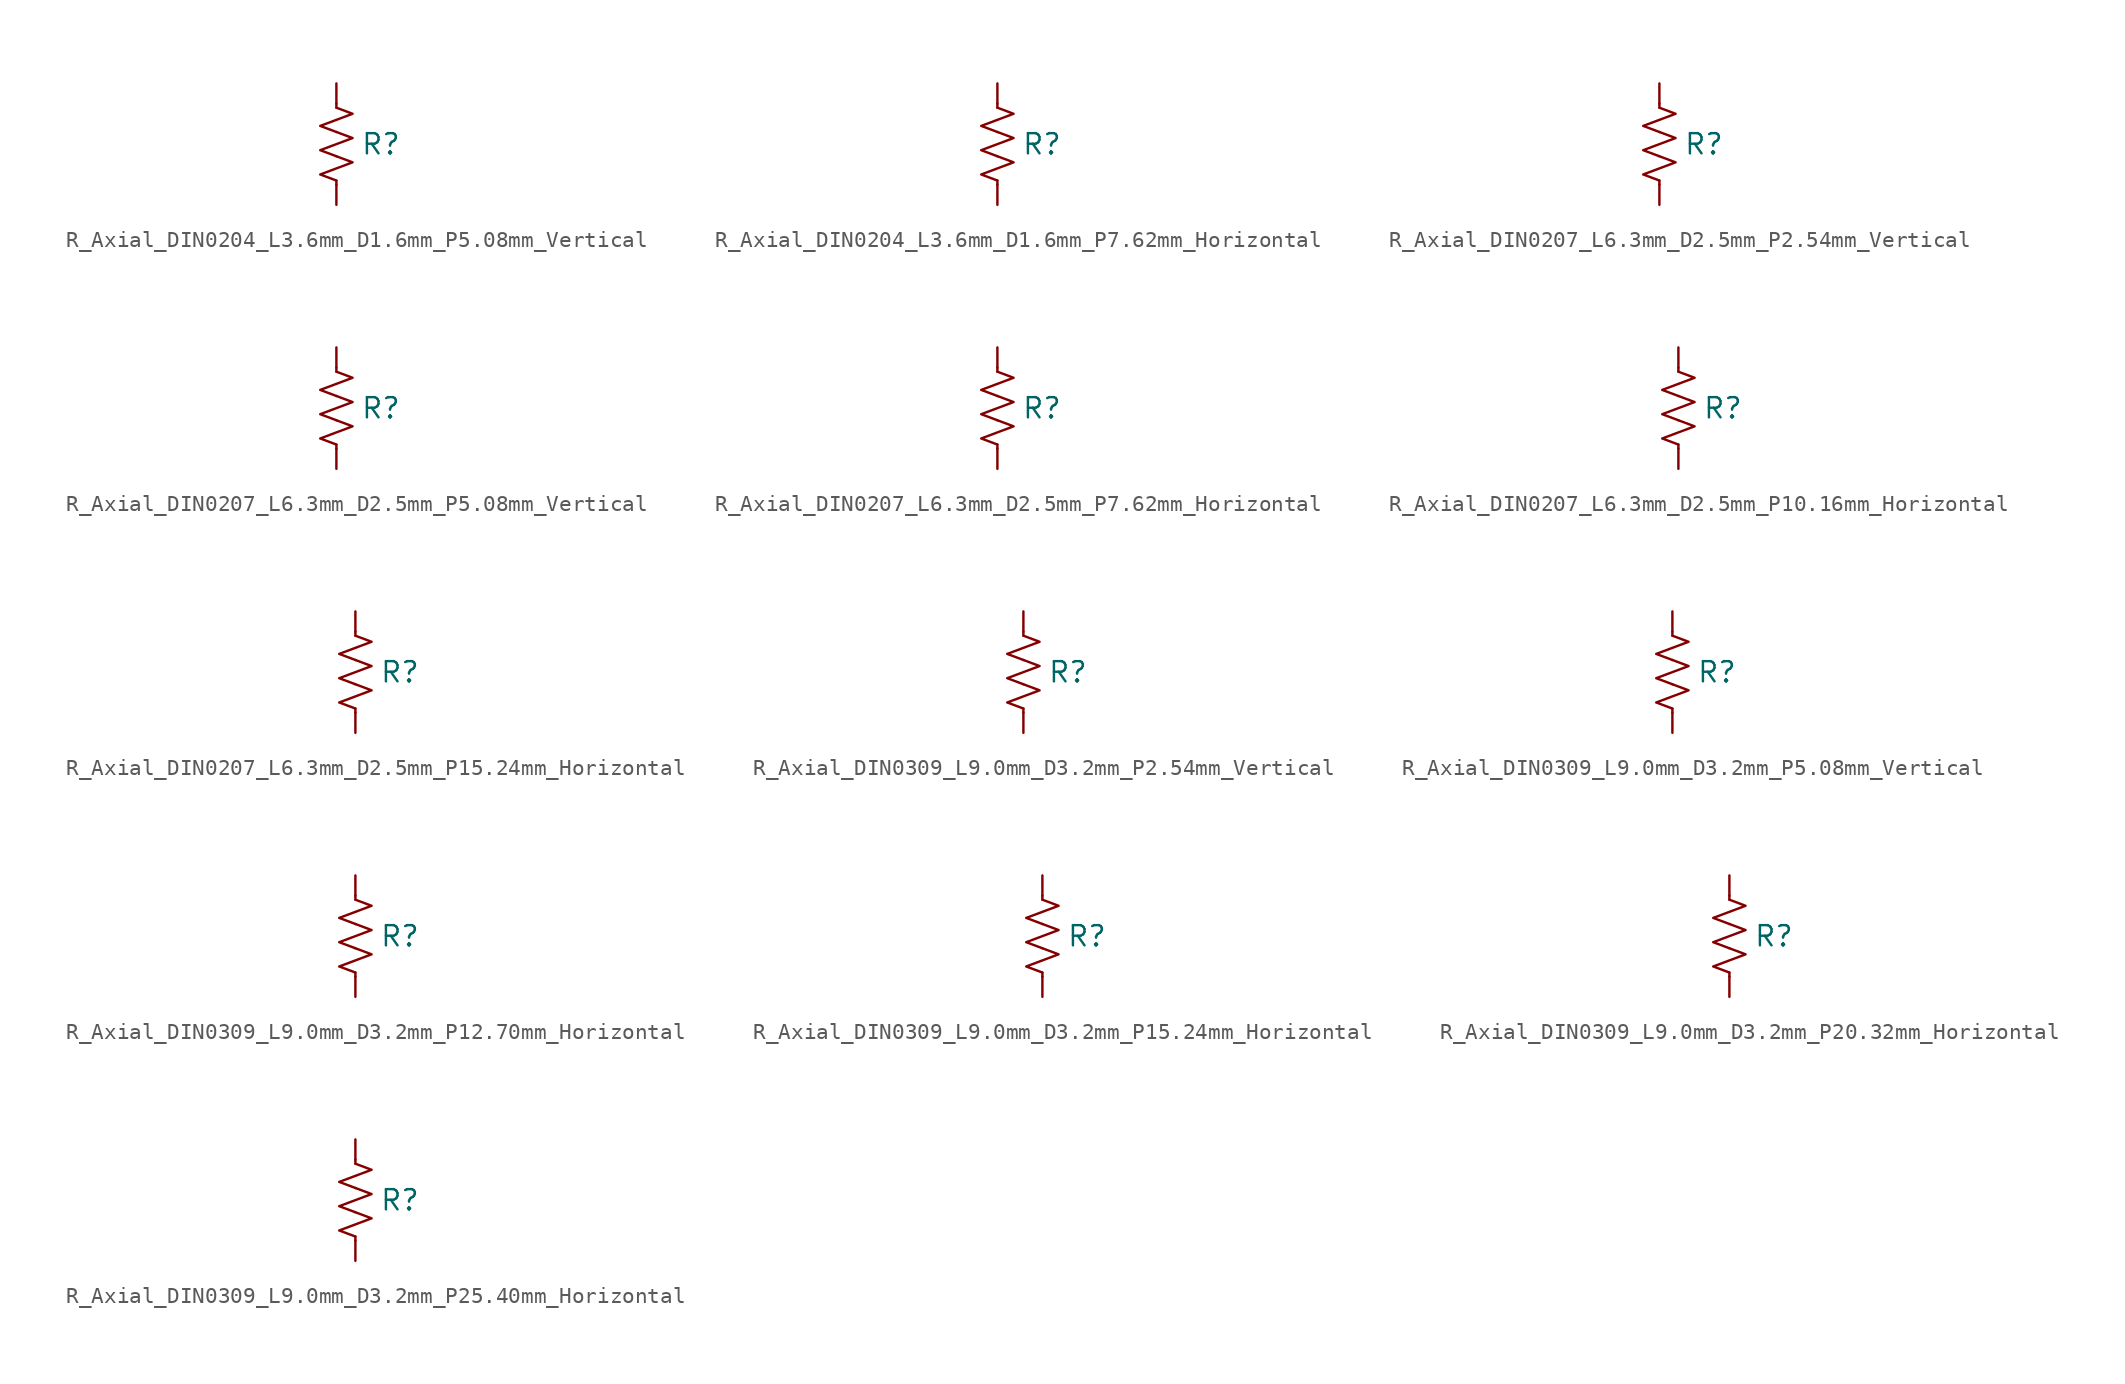
<source format=kicad_sym>
(kicad_symbol_lib
  (version 20241209)
  (generator "kicad_symbol_editor")
  (generator_version "9.0")
  (symbol "R_Axial_DIN0204_L3.6mm_D1.6mm_P5.08mm_Vertical"
    (pin_numbers
      (hide yes))
    (pin_names
      (hide yes))
    (property "Reference" "R"
      (at 2.794 0 0)
      (effects (font (size 1.27 1.27))))
    (property "Value" ""
      (at 0 0 0)
      (effects (font (size 1.27 1.27))))
    (symbol "R_Axial_DIN0204_L3.6mm_D1.6mm_P5.08mm_Vertical_0_1"
      (polyline (pts (xy 0 2.286) (xy 0 2.54)) (stroke (width 0) (type default)) (fill (type none)))
      (polyline (pts (xy 0 2.286) (xy 1.016 1.905) (xy 0 1.524) (xy -1.016 1.143) (xy 0 0.762)) (stroke (width 0) (type default)) (fill (type none)))
      (polyline (pts (xy 0 0.762) (xy 1.016 0.381) (xy 0 0) (xy -1.016 -0.381) (xy 0 -0.762)) (stroke (width 0) (type default)) (fill (type none)))
      (polyline (pts (xy 0 -0.762) (xy 1.016 -1.143) (xy 0 -1.524) (xy -1.016 -1.905) (xy 0 -2.286)) (stroke (width 0) (type default)) (fill (type none)))
      (polyline (pts (xy 0 -2.286) (xy 0 -2.54)) (stroke (width 0) (type default)) (fill (type none))))
    (symbol "R_Axial_DIN0204_L3.6mm_D1.6mm_P5.08mm_Vertical_1_1"
      (pin passive line (at 0 3.81 270) (length 1.27) (name "1" (effects (font (size 1.27 1.27)))) (number "1" (effects (font (size 1.27 1.27)))))
      (pin passive line (at 0 -3.81 90) (length 1.27) (name "1" (effects (font (size 1.27 1.27)))) (number "2" (effects (font (size 1.27 1.27)))))))
  (symbol "R_Axial_DIN0204_L3.6mm_D1.6mm_P7.62mm_Horizontal"
    (pin_numbers
      (hide yes))
    (pin_names
      (hide yes))
    (property "Reference" "R"
      (at 2.794 0 0)
      (effects (font (size 1.27 1.27))))
    (property "Value" ""
      (at 0 0 0)
      (effects (font (size 1.27 1.27))))
    (symbol "R_Axial_DIN0204_L3.6mm_D1.6mm_P7.62mm_Horizontal_0_1"
      (polyline (pts (xy 0 2.286) (xy 0 2.54)) (stroke (width 0) (type default)) (fill (type none)))
      (polyline (pts (xy 0 2.286) (xy 1.016 1.905) (xy 0 1.524) (xy -1.016 1.143) (xy 0 0.762)) (stroke (width 0) (type default)) (fill (type none)))
      (polyline (pts (xy 0 0.762) (xy 1.016 0.381) (xy 0 0) (xy -1.016 -0.381) (xy 0 -0.762)) (stroke (width 0) (type default)) (fill (type none)))
      (polyline (pts (xy 0 -0.762) (xy 1.016 -1.143) (xy 0 -1.524) (xy -1.016 -1.905) (xy 0 -2.286)) (stroke (width 0) (type default)) (fill (type none)))
      (polyline (pts (xy 0 -2.286) (xy 0 -2.54)) (stroke (width 0) (type default)) (fill (type none))))
    (symbol "R_Axial_DIN0204_L3.6mm_D1.6mm_P7.62mm_Horizontal_1_1"
      (pin passive line (at 0 3.81 270) (length 1.27) (name "1" (effects (font (size 1.27 1.27)))) (number "1" (effects (font (size 1.27 1.27)))))
      (pin passive line (at 0 -3.81 90) (length 1.27) (name "1" (effects (font (size 1.27 1.27)))) (number "2" (effects (font (size 1.27 1.27)))))))
  (symbol "R_Axial_DIN0207_L6.3mm_D2.5mm_P2.54mm_Vertical"
    (pin_numbers
      (hide yes))
    (pin_names
      (hide yes))
    (property "Reference" "R"
      (at 2.794 0 0)
      (effects (font (size 1.27 1.27))))
    (property "Value" ""
      (at 0 0 0)
      (effects (font (size 1.27 1.27))))
    (symbol "R_Axial_DIN0207_L6.3mm_D2.5mm_P2.54mm_Vertical_0_1"
      (polyline (pts (xy 0 2.286) (xy 0 2.54)) (stroke (width 0) (type default)) (fill (type none)))
      (polyline (pts (xy 0 2.286) (xy 1.016 1.905) (xy 0 1.524) (xy -1.016 1.143) (xy 0 0.762)) (stroke (width 0) (type default)) (fill (type none)))
      (polyline (pts (xy 0 0.762) (xy 1.016 0.381) (xy 0 0) (xy -1.016 -0.381) (xy 0 -0.762)) (stroke (width 0) (type default)) (fill (type none)))
      (polyline (pts (xy 0 -0.762) (xy 1.016 -1.143) (xy 0 -1.524) (xy -1.016 -1.905) (xy 0 -2.286)) (stroke (width 0) (type default)) (fill (type none)))
      (polyline (pts (xy 0 -2.286) (xy 0 -2.54)) (stroke (width 0) (type default)) (fill (type none))))
    (symbol "R_Axial_DIN0207_L6.3mm_D2.5mm_P2.54mm_Vertical_1_1"
      (pin passive line (at 0 3.81 270) (length 1.27) (name "1" (effects (font (size 1.27 1.27)))) (number "1" (effects (font (size 1.27 1.27)))))
      (pin passive line (at 0 -3.81 90) (length 1.27) (name "1" (effects (font (size 1.27 1.27)))) (number "2" (effects (font (size 1.27 1.27)))))))
  (symbol "R_Axial_DIN0207_L6.3mm_D2.5mm_P5.08mm_Vertical"
    (pin_numbers
      (hide yes))
    (pin_names
      (hide yes))
    (property "Reference" "R"
      (at 2.794 0 0)
      (effects (font (size 1.27 1.27))))
    (property "Value" ""
      (at 0 0 0)
      (effects (font (size 1.27 1.27))))
    (symbol "R_Axial_DIN0207_L6.3mm_D2.5mm_P5.08mm_Vertical_0_1"
      (polyline (pts (xy 0 2.286) (xy 0 2.54)) (stroke (width 0) (type default)) (fill (type none)))
      (polyline (pts (xy 0 2.286) (xy 1.016 1.905) (xy 0 1.524) (xy -1.016 1.143) (xy 0 0.762)) (stroke (width 0) (type default)) (fill (type none)))
      (polyline (pts (xy 0 0.762) (xy 1.016 0.381) (xy 0 0) (xy -1.016 -0.381) (xy 0 -0.762)) (stroke (width 0) (type default)) (fill (type none)))
      (polyline (pts (xy 0 -0.762) (xy 1.016 -1.143) (xy 0 -1.524) (xy -1.016 -1.905) (xy 0 -2.286)) (stroke (width 0) (type default)) (fill (type none)))
      (polyline (pts (xy 0 -2.286) (xy 0 -2.54)) (stroke (width 0) (type default)) (fill (type none))))
    (symbol "R_Axial_DIN0207_L6.3mm_D2.5mm_P5.08mm_Vertical_1_1"
      (pin passive line (at 0 3.81 270) (length 1.27) (name "1" (effects (font (size 1.27 1.27)))) (number "1" (effects (font (size 1.27 1.27)))))
      (pin passive line (at 0 -3.81 90) (length 1.27) (name "1" (effects (font (size 1.27 1.27)))) (number "2" (effects (font (size 1.27 1.27)))))))
  (symbol "R_Axial_DIN0207_L6.3mm_D2.5mm_P7.62mm_Horizontal"
    (pin_numbers
      (hide yes))
    (pin_names
      (hide yes))
    (property "Reference" "R"
      (at 2.794 0 0)
      (effects (font (size 1.27 1.27))))
    (property "Value" ""
      (at 0 0 0)
      (effects (font (size 1.27 1.27))))
    (symbol "R_Axial_DIN0207_L6.3mm_D2.5mm_P7.62mm_Horizontal_0_1"
      (polyline (pts (xy 0 2.286) (xy 0 2.54)) (stroke (width 0) (type default)) (fill (type none)))
      (polyline (pts (xy 0 2.286) (xy 1.016 1.905) (xy 0 1.524) (xy -1.016 1.143) (xy 0 0.762)) (stroke (width 0) (type default)) (fill (type none)))
      (polyline (pts (xy 0 0.762) (xy 1.016 0.381) (xy 0 0) (xy -1.016 -0.381) (xy 0 -0.762)) (stroke (width 0) (type default)) (fill (type none)))
      (polyline (pts (xy 0 -0.762) (xy 1.016 -1.143) (xy 0 -1.524) (xy -1.016 -1.905) (xy 0 -2.286)) (stroke (width 0) (type default)) (fill (type none)))
      (polyline (pts (xy 0 -2.286) (xy 0 -2.54)) (stroke (width 0) (type default)) (fill (type none))))
    (symbol "R_Axial_DIN0207_L6.3mm_D2.5mm_P7.62mm_Horizontal_1_1"
      (pin passive line (at 0 3.81 270) (length 1.27) (name "1" (effects (font (size 1.27 1.27)))) (number "1" (effects (font (size 1.27 1.27)))))
      (pin passive line (at 0 -3.81 90) (length 1.27) (name "1" (effects (font (size 1.27 1.27)))) (number "2" (effects (font (size 1.27 1.27)))))))
  (symbol "R_Axial_DIN0207_L6.3mm_D2.5mm_P10.16mm_Horizontal"
    (pin_numbers
      (hide yes))
    (pin_names
      (hide yes))
    (property "Reference" "R"
      (at 2.794 0 0)
      (effects (font (size 1.27 1.27))))
    (property "Value" ""
      (at 0 0 0)
      (effects (font (size 1.27 1.27))))
    (symbol "R_Axial_DIN0207_L6.3mm_D2.5mm_P10.16mm_Horizontal_0_1"
      (polyline (pts (xy 0 2.286) (xy 0 2.54)) (stroke (width 0) (type default)) (fill (type none)))
      (polyline (pts (xy 0 2.286) (xy 1.016 1.905) (xy 0 1.524) (xy -1.016 1.143) (xy 0 0.762)) (stroke (width 0) (type default)) (fill (type none)))
      (polyline (pts (xy 0 0.762) (xy 1.016 0.381) (xy 0 0) (xy -1.016 -0.381) (xy 0 -0.762)) (stroke (width 0) (type default)) (fill (type none)))
      (polyline (pts (xy 0 -0.762) (xy 1.016 -1.143) (xy 0 -1.524) (xy -1.016 -1.905) (xy 0 -2.286)) (stroke (width 0) (type default)) (fill (type none)))
      (polyline (pts (xy 0 -2.286) (xy 0 -2.54)) (stroke (width 0) (type default)) (fill (type none))))
    (symbol "R_Axial_DIN0207_L6.3mm_D2.5mm_P10.16mm_Horizontal_1_1"
      (pin passive line (at 0 3.81 270) (length 1.27) (name "1" (effects (font (size 1.27 1.27)))) (number "1" (effects (font (size 1.27 1.27)))))
      (pin passive line (at 0 -3.81 90) (length 1.27) (name "1" (effects (font (size 1.27 1.27)))) (number "2" (effects (font (size 1.27 1.27)))))))
  (symbol "R_Axial_DIN0207_L6.3mm_D2.5mm_P15.24mm_Horizontal"
    (pin_numbers
      (hide yes))
    (pin_names
      (hide yes))
    (property "Reference" "R"
      (at 2.794 0 0)
      (effects (font (size 1.27 1.27))))
    (property "Value" ""
      (at 0 0 0)
      (effects (font (size 1.27 1.27))))
    (symbol "R_Axial_DIN0207_L6.3mm_D2.5mm_P15.24mm_Horizontal_0_1"
      (polyline (pts (xy 0 2.286) (xy 0 2.54)) (stroke (width 0) (type default)) (fill (type none)))
      (polyline (pts (xy 0 2.286) (xy 1.016 1.905) (xy 0 1.524) (xy -1.016 1.143) (xy 0 0.762)) (stroke (width 0) (type default)) (fill (type none)))
      (polyline (pts (xy 0 0.762) (xy 1.016 0.381) (xy 0 0) (xy -1.016 -0.381) (xy 0 -0.762)) (stroke (width 0) (type default)) (fill (type none)))
      (polyline (pts (xy 0 -0.762) (xy 1.016 -1.143) (xy 0 -1.524) (xy -1.016 -1.905) (xy 0 -2.286)) (stroke (width 0) (type default)) (fill (type none)))
      (polyline (pts (xy 0 -2.286) (xy 0 -2.54)) (stroke (width 0) (type default)) (fill (type none))))
    (symbol "R_Axial_DIN0207_L6.3mm_D2.5mm_P15.24mm_Horizontal_1_1"
      (pin passive line (at 0 3.81 270) (length 1.27) (name "1" (effects (font (size 1.27 1.27)))) (number "1" (effects (font (size 1.27 1.27)))))
      (pin passive line (at 0 -3.81 90) (length 1.27) (name "1" (effects (font (size 1.27 1.27)))) (number "2" (effects (font (size 1.27 1.27)))))))
  (symbol "R_Axial_DIN0309_L9.0mm_D3.2mm_P2.54mm_Vertical"
    (pin_numbers
      (hide yes))
    (pin_names
      (hide yes))
    (property "Reference" "R"
      (at 2.794 0 0)
      (effects (font (size 1.27 1.27))))
    (property "Value" ""
      (at 0 0 0)
      (effects (font (size 1.27 1.27))))
    (symbol "R_Axial_DIN0309_L9.0mm_D3.2mm_P2.54mm_Vertical_0_1"
      (polyline (pts (xy 0 2.286) (xy 0 2.54)) (stroke (width 0) (type default)) (fill (type none)))
      (polyline (pts (xy 0 2.286) (xy 1.016 1.905) (xy 0 1.524) (xy -1.016 1.143) (xy 0 0.762)) (stroke (width 0) (type default)) (fill (type none)))
      (polyline (pts (xy 0 0.762) (xy 1.016 0.381) (xy 0 0) (xy -1.016 -0.381) (xy 0 -0.762)) (stroke (width 0) (type default)) (fill (type none)))
      (polyline (pts (xy 0 -0.762) (xy 1.016 -1.143) (xy 0 -1.524) (xy -1.016 -1.905) (xy 0 -2.286)) (stroke (width 0) (type default)) (fill (type none)))
      (polyline (pts (xy 0 -2.286) (xy 0 -2.54)) (stroke (width 0) (type default)) (fill (type none))))
    (symbol "R_Axial_DIN0309_L9.0mm_D3.2mm_P2.54mm_Vertical_1_1"
      (pin passive line (at 0 3.81 270) (length 1.27) (name "1" (effects (font (size 1.27 1.27)))) (number "1" (effects (font (size 1.27 1.27)))))
      (pin passive line (at 0 -3.81 90) (length 1.27) (name "1" (effects (font (size 1.27 1.27)))) (number "2" (effects (font (size 1.27 1.27)))))))
  (symbol "R_Axial_DIN0309_L9.0mm_D3.2mm_P5.08mm_Vertical"
    (pin_numbers
      (hide yes))
    (pin_names
      (hide yes))
    (property "Reference" "R"
      (at 2.794 0 0)
      (effects (font (size 1.27 1.27))))
    (property "Value" ""
      (at 0 0 0)
      (effects (font (size 1.27 1.27))))
    (symbol "R_Axial_DIN0309_L9.0mm_D3.2mm_P5.08mm_Vertical_0_1"
      (polyline (pts (xy 0 2.286) (xy 0 2.54)) (stroke (width 0) (type default)) (fill (type none)))
      (polyline (pts (xy 0 2.286) (xy 1.016 1.905) (xy 0 1.524) (xy -1.016 1.143) (xy 0 0.762)) (stroke (width 0) (type default)) (fill (type none)))
      (polyline (pts (xy 0 0.762) (xy 1.016 0.381) (xy 0 0) (xy -1.016 -0.381) (xy 0 -0.762)) (stroke (width 0) (type default)) (fill (type none)))
      (polyline (pts (xy 0 -0.762) (xy 1.016 -1.143) (xy 0 -1.524) (xy -1.016 -1.905) (xy 0 -2.286)) (stroke (width 0) (type default)) (fill (type none)))
      (polyline (pts (xy 0 -2.286) (xy 0 -2.54)) (stroke (width 0) (type default)) (fill (type none))))
    (symbol "R_Axial_DIN0309_L9.0mm_D3.2mm_P5.08mm_Vertical_1_1"
      (pin passive line (at 0 3.81 270) (length 1.27) (name "1" (effects (font (size 1.27 1.27)))) (number "1" (effects (font (size 1.27 1.27)))))
      (pin passive line (at 0 -3.81 90) (length 1.27) (name "1" (effects (font (size 1.27 1.27)))) (number "2" (effects (font (size 1.27 1.27)))))))
  (symbol "R_Axial_DIN0309_L9.0mm_D3.2mm_P12.70mm_Horizontal"
    (pin_numbers
      (hide yes))
    (pin_names
      (hide yes))
    (property "Reference" "R"
      (at 2.794 0 0)
      (effects (font (size 1.27 1.27))))
    (property "Value" ""
      (at 0 0 0)
      (effects (font (size 1.27 1.27))))
    (symbol "R_Axial_DIN0309_L9.0mm_D3.2mm_P12.70mm_Horizontal_0_1"
      (polyline (pts (xy 0 2.286) (xy 0 2.54)) (stroke (width 0) (type default)) (fill (type none)))
      (polyline (pts (xy 0 2.286) (xy 1.016 1.905) (xy 0 1.524) (xy -1.016 1.143) (xy 0 0.762)) (stroke (width 0) (type default)) (fill (type none)))
      (polyline (pts (xy 0 0.762) (xy 1.016 0.381) (xy 0 0) (xy -1.016 -0.381) (xy 0 -0.762)) (stroke (width 0) (type default)) (fill (type none)))
      (polyline (pts (xy 0 -0.762) (xy 1.016 -1.143) (xy 0 -1.524) (xy -1.016 -1.905) (xy 0 -2.286)) (stroke (width 0) (type default)) (fill (type none)))
      (polyline (pts (xy 0 -2.286) (xy 0 -2.54)) (stroke (width 0) (type default)) (fill (type none))))
    (symbol "R_Axial_DIN0309_L9.0mm_D3.2mm_P12.70mm_Horizontal_1_1"
      (pin passive line (at 0 3.81 270) (length 1.27) (name "1" (effects (font (size 1.27 1.27)))) (number "1" (effects (font (size 1.27 1.27)))))
      (pin passive line (at 0 -3.81 90) (length 1.27) (name "1" (effects (font (size 1.27 1.27)))) (number "2" (effects (font (size 1.27 1.27)))))))
  (symbol "R_Axial_DIN0309_L9.0mm_D3.2mm_P15.24mm_Horizontal"
    (pin_numbers
      (hide yes))
    (pin_names
      (hide yes))
    (property "Reference" "R"
      (at 2.794 0 0)
      (effects (font (size 1.27 1.27))))
    (property "Value" ""
      (at 0 0 0)
      (effects (font (size 1.27 1.27))))
    (symbol "R_Axial_DIN0309_L9.0mm_D3.2mm_P15.24mm_Horizontal_0_1"
      (polyline (pts (xy 0 2.286) (xy 0 2.54)) (stroke (width 0) (type default)) (fill (type none)))
      (polyline (pts (xy 0 2.286) (xy 1.016 1.905) (xy 0 1.524) (xy -1.016 1.143) (xy 0 0.762)) (stroke (width 0) (type default)) (fill (type none)))
      (polyline (pts (xy 0 0.762) (xy 1.016 0.381) (xy 0 0) (xy -1.016 -0.381) (xy 0 -0.762)) (stroke (width 0) (type default)) (fill (type none)))
      (polyline (pts (xy 0 -0.762) (xy 1.016 -1.143) (xy 0 -1.524) (xy -1.016 -1.905) (xy 0 -2.286)) (stroke (width 0) (type default)) (fill (type none)))
      (polyline (pts (xy 0 -2.286) (xy 0 -2.54)) (stroke (width 0) (type default)) (fill (type none))))
    (symbol "R_Axial_DIN0309_L9.0mm_D3.2mm_P15.24mm_Horizontal_1_1"
      (pin passive line (at 0 3.81 270) (length 1.27) (name "1" (effects (font (size 1.27 1.27)))) (number "1" (effects (font (size 1.27 1.27)))))
      (pin passive line (at 0 -3.81 90) (length 1.27) (name "1" (effects (font (size 1.27 1.27)))) (number "2" (effects (font (size 1.27 1.27)))))))
  (symbol "R_Axial_DIN0309_L9.0mm_D3.2mm_P20.32mm_Horizontal"
    (pin_numbers
      (hide yes))
    (pin_names
      (hide yes))
    (property "Reference" "R"
      (at 2.794 0 0)
      (effects (font (size 1.27 1.27))))
    (property "Value" ""
      (at 0 0 0)
      (effects (font (size 1.27 1.27))))
    (symbol "R_Axial_DIN0309_L9.0mm_D3.2mm_P20.32mm_Horizontal_0_1"
      (polyline (pts (xy 0 2.286) (xy 0 2.54)) (stroke (width 0) (type default)) (fill (type none)))
      (polyline (pts (xy 0 2.286) (xy 1.016 1.905) (xy 0 1.524) (xy -1.016 1.143) (xy 0 0.762)) (stroke (width 0) (type default)) (fill (type none)))
      (polyline (pts (xy 0 0.762) (xy 1.016 0.381) (xy 0 0) (xy -1.016 -0.381) (xy 0 -0.762)) (stroke (width 0) (type default)) (fill (type none)))
      (polyline (pts (xy 0 -0.762) (xy 1.016 -1.143) (xy 0 -1.524) (xy -1.016 -1.905) (xy 0 -2.286)) (stroke (width 0) (type default)) (fill (type none)))
      (polyline (pts (xy 0 -2.286) (xy 0 -2.54)) (stroke (width 0) (type default)) (fill (type none))))
    (symbol "R_Axial_DIN0309_L9.0mm_D3.2mm_P20.32mm_Horizontal_1_1"
      (pin passive line (at 0 3.81 270) (length 1.27) (name "1" (effects (font (size 1.27 1.27)))) (number "1" (effects (font (size 1.27 1.27)))))
      (pin passive line (at 0 -3.81 90) (length 1.27) (name "1" (effects (font (size 1.27 1.27)))) (number "2" (effects (font (size 1.27 1.27)))))))
  (symbol "R_Axial_DIN0309_L9.0mm_D3.2mm_P25.40mm_Horizontal"
    (pin_numbers
      (hide yes))
    (pin_names
      (hide yes))
    (property "Reference" "R"
      (at 2.794 0 0)
      (effects (font (size 1.27 1.27))))
    (property "Value" ""
      (at 0 0 0)
      (effects (font (size 1.27 1.27))))
    (symbol "R_Axial_DIN0309_L9.0mm_D3.2mm_P25.40mm_Horizontal_0_1"
      (polyline (pts (xy 0 2.286) (xy 0 2.54)) (stroke (width 0) (type default)) (fill (type none)))
      (polyline (pts (xy 0 2.286) (xy 1.016 1.905) (xy 0 1.524) (xy -1.016 1.143) (xy 0 0.762)) (stroke (width 0) (type default)) (fill (type none)))
      (polyline (pts (xy 0 0.762) (xy 1.016 0.381) (xy 0 0) (xy -1.016 -0.381) (xy 0 -0.762)) (stroke (width 0) (type default)) (fill (type none)))
      (polyline (pts (xy 0 -0.762) (xy 1.016 -1.143) (xy 0 -1.524) (xy -1.016 -1.905) (xy 0 -2.286)) (stroke (width 0) (type default)) (fill (type none)))
      (polyline (pts (xy 0 -2.286) (xy 0 -2.54)) (stroke (width 0) (type default)) (fill (type none))))
    (symbol "R_Axial_DIN0309_L9.0mm_D3.2mm_P25.40mm_Horizontal_1_1"
      (pin passive line (at 0 3.81 270) (length 1.27) (name "1" (effects (font (size 1.27 1.27)))) (number "1" (effects (font (size 1.27 1.27)))))
      (pin passive line (at 0 -3.81 90) (length 1.27) (name "1" (effects (font (size 1.27 1.27)))) (number "2" (effects (font (size 1.27 1.27))))))))
</source>
